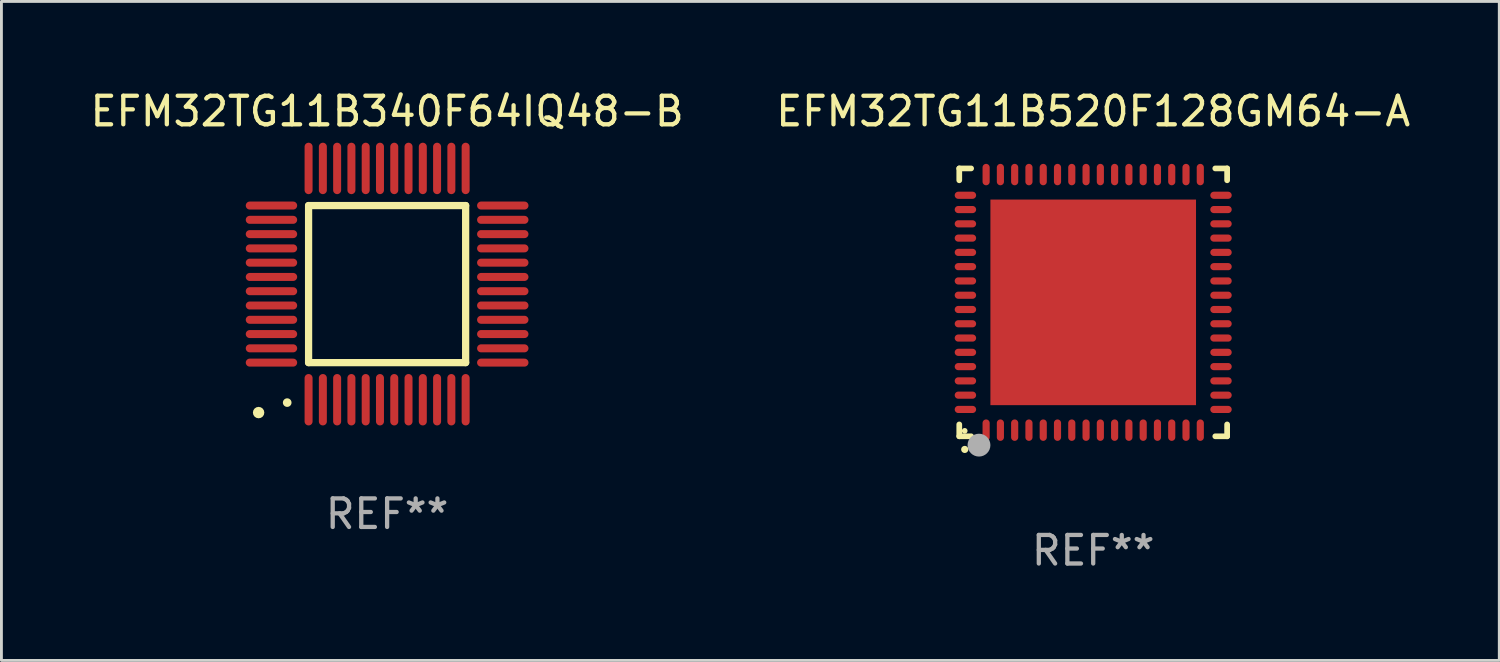
<source format=kicad_pcb>
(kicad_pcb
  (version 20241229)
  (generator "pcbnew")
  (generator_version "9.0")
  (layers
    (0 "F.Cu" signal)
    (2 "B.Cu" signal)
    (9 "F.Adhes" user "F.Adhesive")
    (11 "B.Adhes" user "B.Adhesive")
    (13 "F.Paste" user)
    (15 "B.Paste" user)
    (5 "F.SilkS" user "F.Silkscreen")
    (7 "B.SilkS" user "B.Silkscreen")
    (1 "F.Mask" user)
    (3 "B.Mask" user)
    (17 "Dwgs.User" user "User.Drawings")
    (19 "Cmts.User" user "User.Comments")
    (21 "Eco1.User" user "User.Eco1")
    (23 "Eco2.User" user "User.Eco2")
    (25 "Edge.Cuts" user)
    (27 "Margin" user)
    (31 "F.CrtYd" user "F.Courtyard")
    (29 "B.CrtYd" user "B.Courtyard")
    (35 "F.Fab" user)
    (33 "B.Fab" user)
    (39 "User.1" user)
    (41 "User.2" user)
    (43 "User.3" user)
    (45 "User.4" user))
  (footprint "EFM32TG11B340F64IQ48-B"
    (layer "F.Cu")
    (at 10.506 6.898)
    (property "Reference" "EFM32TG11B340F64IQ48-B" (at 0 -6.05 0) (layer "F.SilkS") (effects (font (size 1 1) (thickness 0.15))))
    (attr through_hole)
    (fp_line (start -2.75 -2.75) (end 2.75 -2.75) (stroke (width 0.254) (type solid)) (layer "F.SilkS"))
    (fp_line (start -2.75 2.75) (end -2.75 -2.75) (stroke (width 0.254) (type solid)) (layer "F.SilkS"))
    (fp_line (start 2.75 -2.75) (end 2.75 2.75) (stroke (width 0.254) (type solid)) (layer "F.SilkS"))
    (fp_line (start 2.75 2.75) (end -2.75 2.75) (stroke (width 0.254) (type solid)) (layer "F.SilkS"))
    (fp_arc (start -3.500127 4.150368) (mid -3.498857 4.150363) (end -3.497587 4.150368) (stroke (width 0.3) (type solid)) (layer "F.SilkS"))
    (fp_circle (center -4.5 4.5) (end -4.4 4.5) (stroke (width 0.2) (type solid)) (fill no) (layer "F.SilkS"))
    (fp_text user "REF**" (at 0 8.05 0) (layer "F.Fab") (effects (font (size 1 1) (thickness 0.15))))
    (pad "1" smd oval (at -2.75 4.05) (size 0.28 1.8) (layers "F.Cu" "F.Mask" "F.Paste"))
    (pad "2" smd oval (at -2.25 4.05) (size 0.28 1.8) (layers "F.Cu" "F.Mask" "F.Paste"))
    (pad "3" smd oval (at -1.75 4.05) (size 0.28 1.8) (layers "F.Cu" "F.Mask" "F.Paste"))
    (pad "4" smd oval (at -1.25 4.05) (size 0.28 1.8) (layers "F.Cu" "F.Mask" "F.Paste"))
    (pad "5" smd oval (at -0.75 4.05) (size 0.28 1.8) (layers "F.Cu" "F.Mask" "F.Paste"))
    (pad "6" smd oval (at -0.25 4.05) (size 0.28 1.8) (layers "F.Cu" "F.Mask" "F.Paste"))
    (pad "7" smd oval (at 0.25 4.05) (size 0.28 1.8) (layers "F.Cu" "F.Mask" "F.Paste"))
    (pad "8" smd oval (at 0.75 4.05) (size 0.28 1.8) (layers "F.Cu" "F.Mask" "F.Paste"))
    (pad "9" smd oval (at 1.25 4.05) (size 0.28 1.8) (layers "F.Cu" "F.Mask" "F.Paste"))
    (pad "10" smd oval (at 1.75 4.05) (size 0.28 1.8) (layers "F.Cu" "F.Mask" "F.Paste"))
    (pad "11" smd oval (at 2.25 4.05) (size 0.28 1.8) (layers "F.Cu" "F.Mask" "F.Paste"))
    (pad "12" smd oval (at 2.75 4.05) (size 0.28 1.8) (layers "F.Cu" "F.Mask" "F.Paste"))
    (pad "13" smd oval (at 4.05 2.75) (size 1.8 0.28) (layers "F.Cu" "F.Mask" "F.Paste"))
    (pad "14" smd oval (at 4.05 2.25) (size 1.8 0.28) (layers "F.Cu" "F.Mask" "F.Paste"))
    (pad "15" smd oval (at 4.05 1.75) (size 1.8 0.28) (layers "F.Cu" "F.Mask" "F.Paste"))
    (pad "16" smd oval (at 4.05 1.25) (size 1.8 0.28) (layers "F.Cu" "F.Mask" "F.Paste"))
    (pad "17" smd oval (at 4.05 0.75) (size 1.8 0.28) (layers "F.Cu" "F.Mask" "F.Paste"))
    (pad "18" smd oval (at 4.05 0.25) (size 1.8 0.28) (layers "F.Cu" "F.Mask" "F.Paste"))
    (pad "19" smd oval (at 4.05 -0.25) (size 1.8 0.28) (layers "F.Cu" "F.Mask" "F.Paste"))
    (pad "20" smd oval (at 4.05 -0.75) (size 1.8 0.28) (layers "F.Cu" "F.Mask" "F.Paste"))
    (pad "21" smd oval (at 4.05 -1.25) (size 1.8 0.28) (layers "F.Cu" "F.Mask" "F.Paste"))
    (pad "22" smd oval (at 4.05 -1.75) (size 1.8 0.28) (layers "F.Cu" "F.Mask" "F.Paste"))
    (pad "23" smd oval (at 4.05 -2.25) (size 1.8 0.28) (layers "F.Cu" "F.Mask" "F.Paste"))
    (pad "24" smd oval (at 4.05 -2.75) (size 1.8 0.28) (layers "F.Cu" "F.Mask" "F.Paste"))
    (pad "25" smd oval (at 2.75 -4.05) (size 0.28 1.8) (layers "F.Cu" "F.Mask" "F.Paste"))
    (pad "26" smd oval (at 2.25 -4.05) (size 0.28 1.8) (layers "F.Cu" "F.Mask" "F.Paste"))
    (pad "27" smd oval (at 1.75 -4.05) (size 0.28 1.8) (layers "F.Cu" "F.Mask" "F.Paste"))
    (pad "28" smd oval (at 1.25 -4.05) (size 0.28 1.8) (layers "F.Cu" "F.Mask" "F.Paste"))
    (pad "29" smd oval (at 0.75 -4.05) (size 0.28 1.8) (layers "F.Cu" "F.Mask" "F.Paste"))
    (pad "30" smd oval (at 0.25 -4.05) (size 0.28 1.8) (layers "F.Cu" "F.Mask" "F.Paste"))
    (pad "31" smd oval (at -0.25 -4.05) (size 0.28 1.8) (layers "F.Cu" "F.Mask" "F.Paste"))
    (pad "32" smd oval (at -0.75 -4.05) (size 0.28 1.8) (layers "F.Cu" "F.Mask" "F.Paste"))
    (pad "33" smd oval (at -1.25 -4.05) (size 0.28 1.8) (layers "F.Cu" "F.Mask" "F.Paste"))
    (pad "34" smd oval (at -1.75 -4.05) (size 0.28 1.8) (layers "F.Cu" "F.Mask" "F.Paste"))
    (pad "35" smd oval (at -2.25 -4.05) (size 0.28 1.8) (layers "F.Cu" "F.Mask" "F.Paste"))
    (pad "36" smd oval (at -2.75 -4.05) (size 0.28 1.8) (layers "F.Cu" "F.Mask" "F.Paste"))
    (pad "37" smd oval (at -4.05 -2.75) (size 1.8 0.28) (layers "F.Cu" "F.Mask" "F.Paste"))
    (pad "38" smd oval (at -4.05 -2.25) (size 1.8 0.28) (layers "F.Cu" "F.Mask" "F.Paste"))
    (pad "39" smd oval (at -4.05 -1.75) (size 1.8 0.28) (layers "F.Cu" "F.Mask" "F.Paste"))
    (pad "40" smd oval (at -4.05 -1.25) (size 1.8 0.28) (layers "F.Cu" "F.Mask" "F.Paste"))
    (pad "41" smd oval (at -4.05 -0.75) (size 1.8 0.28) (layers "F.Cu" "F.Mask" "F.Paste"))
    (pad "42" smd oval (at -4.05 -0.25) (size 1.8 0.28) (layers "F.Cu" "F.Mask" "F.Paste"))
    (pad "43" smd oval (at -4.05 0.25) (size 1.8 0.28) (layers "F.Cu" "F.Mask" "F.Paste"))
    (pad "44" smd oval (at -4.05 0.75) (size 1.8 0.28) (layers "F.Cu" "F.Mask" "F.Paste"))
    (pad "45" smd oval (at -4.05 1.25) (size 1.8 0.28) (layers "F.Cu" "F.Mask" "F.Paste"))
    (pad "46" smd oval (at -4.05 1.75) (size 1.8 0.28) (layers "F.Cu" "F.Mask" "F.Paste"))
    (pad "47" smd oval (at -4.05 2.25) (size 1.8 0.28) (layers "F.Cu" "F.Mask" "F.Paste"))
    (pad "48" smd oval (at -4.05 2.75) (size 1.8 0.28) (layers "F.Cu" "F.Mask" "F.Paste")))
  (footprint "EFM32TG11B520F128GM64-A"
    (layer "F.Cu")
    (at 35.232 7.538)
    (property "Reference" "EFM32TG11B520F128GM64-A" (at 0 -6.69 0) (layer "F.SilkS") (effects (font (size 1 1) (thickness 0.15))))
    (attr through_hole)
    (fp_line (start -4.69 -4.69) (end -4.275 -4.69) (stroke (width 0.2) (type solid)) (layer "F.SilkS"))
    (fp_line (start -4.69 -4.275) (end -4.69 -4.69) (stroke (width 0.2) (type solid)) (layer "F.SilkS"))
    (fp_line (start -4.69 4.69) (end -4.69 4.275) (stroke (width 0.2) (type solid)) (layer "F.SilkS"))
    (fp_line (start -4.275 4.69) (end -4.69 4.69) (stroke (width 0.2) (type solid)) (layer "F.SilkS"))
    (fp_line (start 4.275 4.69) (end 4.69 4.69) (stroke (width 0.2) (type solid)) (layer "F.SilkS"))
    (fp_line (start 4.69 -4.69) (end 4.275 -4.69) (stroke (width 0.2) (type solid)) (layer "F.SilkS"))
    (fp_line (start 4.69 -4.275) (end 4.69 -4.69) (stroke (width 0.2) (type solid)) (layer "F.SilkS"))
    (fp_line (start 4.69 4.69) (end 4.69 4.275) (stroke (width 0.2) (type solid)) (layer "F.SilkS"))
    (fp_arc (start -4.499886 5.15) (mid -4.498616 5.149994) (end -4.497346 5.15) (stroke (width 0.24892) (type solid)) (layer "F.SilkS"))
    (fp_circle (center -4.5 4.5) (end -4.45 4.5) (stroke (width 0.1) (type solid)) (fill no) (layer "F.SilkS"))
    (fp_circle (center -4 5) (end -3.8 5) (stroke (width 0.4) (type solid)) (fill no) (layer "F.Fab"))
    (fp_text user "REF**" (at 0 8.69 0) (layer "F.Fab") (effects (font (size 1 1) (thickness 0.15))))
    (pad "1" smd oval (at -3.75 4.475) (size 0.25 0.75) (layers "F.Cu" "F.Mask" "F.Paste"))
    (pad "2" smd oval (at -3.25 4.475) (size 0.25 0.75) (layers "F.Cu" "F.Mask" "F.Paste"))
    (pad "3" smd oval (at -2.75 4.475) (size 0.25 0.75) (layers "F.Cu" "F.Mask" "F.Paste"))
    (pad "4" smd oval (at -2.25 4.475) (size 0.25 0.75) (layers "F.Cu" "F.Mask" "F.Paste"))
    (pad "5" smd oval (at -1.75 4.475) (size 0.25 0.75) (layers "F.Cu" "F.Mask" "F.Paste"))
    (pad "6" smd oval (at -1.25 4.475) (size 0.25 0.75) (layers "F.Cu" "F.Mask" "F.Paste"))
    (pad "7" smd oval (at -0.75 4.475) (size 0.25 0.75) (layers "F.Cu" "F.Mask" "F.Paste"))
    (pad "8" smd oval (at -0.25 4.475) (size 0.25 0.75) (layers "F.Cu" "F.Mask" "F.Paste"))
    (pad "9" smd oval (at 0.25 4.475) (size 0.25 0.75) (layers "F.Cu" "F.Mask" "F.Paste"))
    (pad "10" smd oval (at 0.75 4.475) (size 0.25 0.75) (layers "F.Cu" "F.Mask" "F.Paste"))
    (pad "11" smd oval (at 1.25 4.475) (size 0.25 0.75) (layers "F.Cu" "F.Mask" "F.Paste"))
    (pad "12" smd oval (at 1.75 4.475) (size 0.25 0.75) (layers "F.Cu" "F.Mask" "F.Paste"))
    (pad "13" smd oval (at 2.25 4.475) (size 0.25 0.75) (layers "F.Cu" "F.Mask" "F.Paste"))
    (pad "14" smd oval (at 2.75 4.475) (size 0.25 0.75) (layers "F.Cu" "F.Mask" "F.Paste"))
    (pad "15" smd oval (at 3.25 4.475) (size 0.25 0.75) (layers "F.Cu" "F.Mask" "F.Paste"))
    (pad "16" smd oval (at 3.75 4.475) (size 0.25 0.75) (layers "F.Cu" "F.Mask" "F.Paste"))
    (pad "17" smd oval (at 4.475 3.75) (size 0.75 0.25) (layers "F.Cu" "F.Mask" "F.Paste"))
    (pad "18" smd oval (at 4.475 3.25) (size 0.75 0.25) (layers "F.Cu" "F.Mask" "F.Paste"))
    (pad "19" smd oval (at 4.475 2.75) (size 0.75 0.25) (layers "F.Cu" "F.Mask" "F.Paste"))
    (pad "20" smd oval (at 4.475 2.25) (size 0.75 0.25) (layers "F.Cu" "F.Mask" "F.Paste"))
    (pad "21" smd oval (at 4.475 1.75) (size 0.75 0.25) (layers "F.Cu" "F.Mask" "F.Paste"))
    (pad "22" smd oval (at 4.475 1.25) (size 0.75 0.25) (layers "F.Cu" "F.Mask" "F.Paste"))
    (pad "23" smd oval (at 4.475 0.75) (size 0.75 0.25) (layers "F.Cu" "F.Mask" "F.Paste"))
    (pad "24" smd oval (at 4.475 0.25) (size 0.75 0.25) (layers "F.Cu" "F.Mask" "F.Paste"))
    (pad "25" smd oval (at 4.475 -0.25) (size 0.75 0.25) (layers "F.Cu" "F.Mask" "F.Paste"))
    (pad "26" smd oval (at 4.475 -0.75) (size 0.75 0.25) (layers "F.Cu" "F.Mask" "F.Paste"))
    (pad "27" smd oval (at 4.475 -1.25) (size 0.75 0.25) (layers "F.Cu" "F.Mask" "F.Paste"))
    (pad "28" smd oval (at 4.475 -1.75) (size 0.75 0.25) (layers "F.Cu" "F.Mask" "F.Paste"))
    (pad "29" smd oval (at 4.475 -2.25) (size 0.75 0.25) (layers "F.Cu" "F.Mask" "F.Paste"))
    (pad "30" smd oval (at 4.475 -2.75) (size 0.75 0.25) (layers "F.Cu" "F.Mask" "F.Paste"))
    (pad "31" smd oval (at 4.475 -3.25) (size 0.75 0.25) (layers "F.Cu" "F.Mask" "F.Paste"))
    (pad "32" smd oval (at 4.475 -3.75) (size 0.75 0.25) (layers "F.Cu" "F.Mask" "F.Paste"))
    (pad "33" smd oval (at 3.75 -4.475) (size 0.25 0.75) (layers "F.Cu" "F.Mask" "F.Paste"))
    (pad "34" smd oval (at 3.25 -4.475) (size 0.25 0.75) (layers "F.Cu" "F.Mask" "F.Paste"))
    (pad "35" smd oval (at 2.75 -4.475) (size 0.25 0.75) (layers "F.Cu" "F.Mask" "F.Paste"))
    (pad "36" smd oval (at 2.25 -4.475) (size 0.25 0.75) (layers "F.Cu" "F.Mask" "F.Paste"))
    (pad "37" smd oval (at 1.75 -4.475) (size 0.25 0.75) (layers "F.Cu" "F.Mask" "F.Paste"))
    (pad "38" smd oval (at 1.25 -4.475) (size 0.25 0.75) (layers "F.Cu" "F.Mask" "F.Paste"))
    (pad "39" smd oval (at 0.75 -4.475) (size 0.25 0.75) (layers "F.Cu" "F.Mask" "F.Paste"))
    (pad "40" smd oval (at 0.25 -4.475) (size 0.25 0.75) (layers "F.Cu" "F.Mask" "F.Paste"))
    (pad "41" smd oval (at -0.25 -4.475) (size 0.25 0.75) (layers "F.Cu" "F.Mask" "F.Paste"))
    (pad "42" smd oval (at -0.75 -4.475) (size 0.25 0.75) (layers "F.Cu" "F.Mask" "F.Paste"))
    (pad "43" smd oval (at -1.25 -4.475) (size 0.25 0.75) (layers "F.Cu" "F.Mask" "F.Paste"))
    (pad "44" smd oval (at -1.75 -4.475) (size 0.25 0.75) (layers "F.Cu" "F.Mask" "F.Paste"))
    (pad "45" smd oval (at -2.25 -4.475) (size 0.25 0.75) (layers "F.Cu" "F.Mask" "F.Paste"))
    (pad "46" smd oval (at -2.75 -4.475) (size 0.25 0.75) (layers "F.Cu" "F.Mask" "F.Paste"))
    (pad "47" smd oval (at -3.25 -4.475) (size 0.25 0.75) (layers "F.Cu" "F.Mask" "F.Paste"))
    (pad "48" smd oval (at -3.75 -4.475) (size 0.25 0.75) (layers "F.Cu" "F.Mask" "F.Paste"))
    (pad "49" smd oval (at -4.475 -3.75) (size 0.75 0.25) (layers "F.Cu" "F.Mask" "F.Paste"))
    (pad "50" smd oval (at -4.475 -3.25) (size 0.75 0.25) (layers "F.Cu" "F.Mask" "F.Paste"))
    (pad "51" smd oval (at -4.475 -2.75) (size 0.75 0.25) (layers "F.Cu" "F.Mask" "F.Paste"))
    (pad "52" smd oval (at -4.475 -2.25) (size 0.75 0.25) (layers "F.Cu" "F.Mask" "F.Paste"))
    (pad "53" smd oval (at -4.475 -1.75) (size 0.75 0.25) (layers "F.Cu" "F.Mask" "F.Paste"))
    (pad "54" smd oval (at -4.475 -1.25) (size 0.75 0.25) (layers "F.Cu" "F.Mask" "F.Paste"))
    (pad "55" smd oval (at -4.475 -0.75) (size 0.75 0.25) (layers "F.Cu" "F.Mask" "F.Paste"))
    (pad "56" smd oval (at -4.475 -0.25) (size 0.75 0.25) (layers "F.Cu" "F.Mask" "F.Paste"))
    (pad "57" smd oval (at -4.475 0.25) (size 0.75 0.25) (layers "F.Cu" "F.Mask" "F.Paste"))
    (pad "58" smd oval (at -4.475 0.75) (size 0.75 0.25) (layers "F.Cu" "F.Mask" "F.Paste"))
    (pad "59" smd oval (at -4.475 1.25) (size 0.75 0.25) (layers "F.Cu" "F.Mask" "F.Paste"))
    (pad "60" smd oval (at -4.475 1.75) (size 0.75 0.25) (layers "F.Cu" "F.Mask" "F.Paste"))
    (pad "61" smd oval (at -4.475 2.25) (size 0.75 0.25) (layers "F.Cu" "F.Mask" "F.Paste"))
    (pad "62" smd oval (at -4.475 2.75) (size 0.75 0.25) (layers "F.Cu" "F.Mask" "F.Paste"))
    (pad "63" smd oval (at -4.475 3.25) (size 0.75 0.25) (layers "F.Cu" "F.Mask" "F.Paste"))
    (pad "64" smd oval (at -4.475 3.75) (size 0.75 0.25) (layers "F.Cu" "F.Mask" "F.Paste"))
    (pad "65" smd rect (at 0.000368 0.000013) (size 7.2 7.2) (layers "F.Cu" "F.Mask" "F.Paste")))
  (gr_rect
    (start -3 -3)
    (end 49.452 20.077)
    (stroke (width 0.1) (type default))
    (fill no)
    (layer "Edge.Cuts")))
</source>
